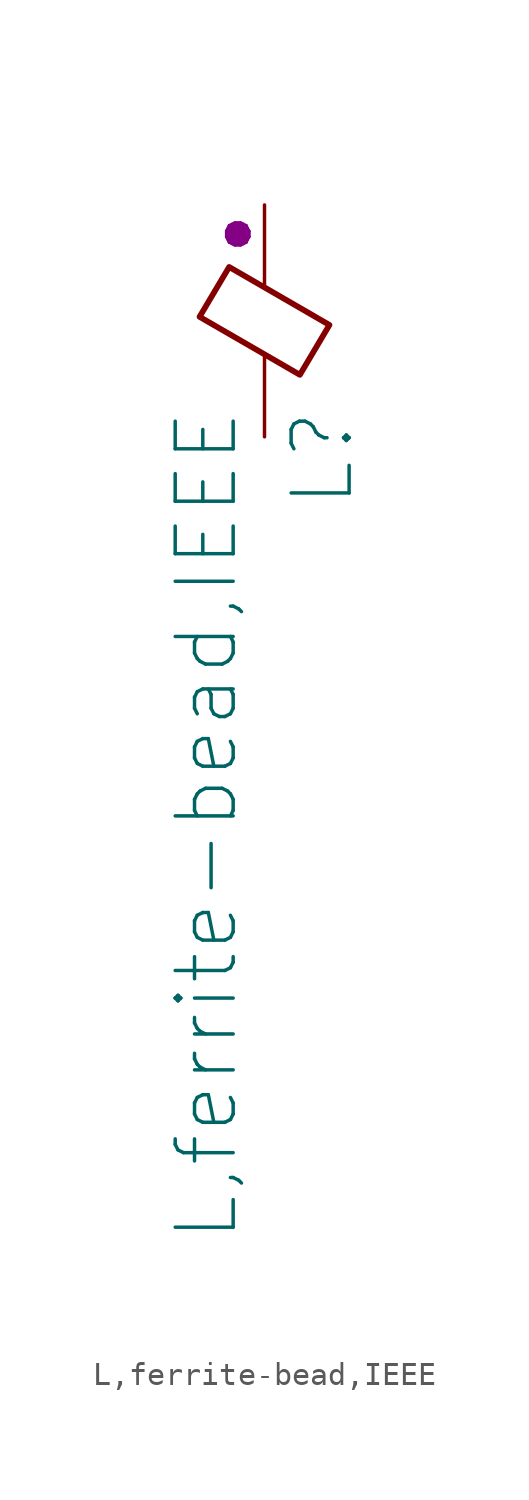
<source format=kicad_sym>
(kicad_symbol_lib
  (version 20211014)
  (generator kicad_symbol_editor)
  (symbol "L,ferrite-bead,IEEE"
    (pin_numbers hide)
    (pin_names
      (offset 0) hide)
    (property "Reference" "L"
      (at 2.54 -3.81 90)
      (effects (font (size 2.54 2.54)) (justify right)))
    (property "Value" "L,ferrite-bead,IEEE"
      (at -2.54 -3.81 90)
      (effects (font (size 2.54 2.54)) (justify right)))
    (property "Indicator" "●"
      (at -1.27 3.81 90)
      (effects (font (size 1.27 1.27))))
    (symbol "L,ferrite-bead,IEEE_1_1"
      (polyline (pts (xy -2.845 0.178) (xy -1.549 2.362) (xy 2.845 -0.178) (xy 1.549 -2.362) (xy -2.845 0.178)) (stroke (width 0.254) (type default) (color 0 0 0 0)) (fill (type none)))
      (pin passive line (at 0 5.08 270) (length 3.607) (name "+" (effects (font (size 1.27 1.27)))) (number "1" (effects (font (size 1.829 1.829)))))
      (pin passive line (at 0 -5.08 90) (length 3.607) (name "-" (effects (font (size 1.27 1.27)))) (number "2" (effects (font (size 1.829 1.829))))))))
</source>
